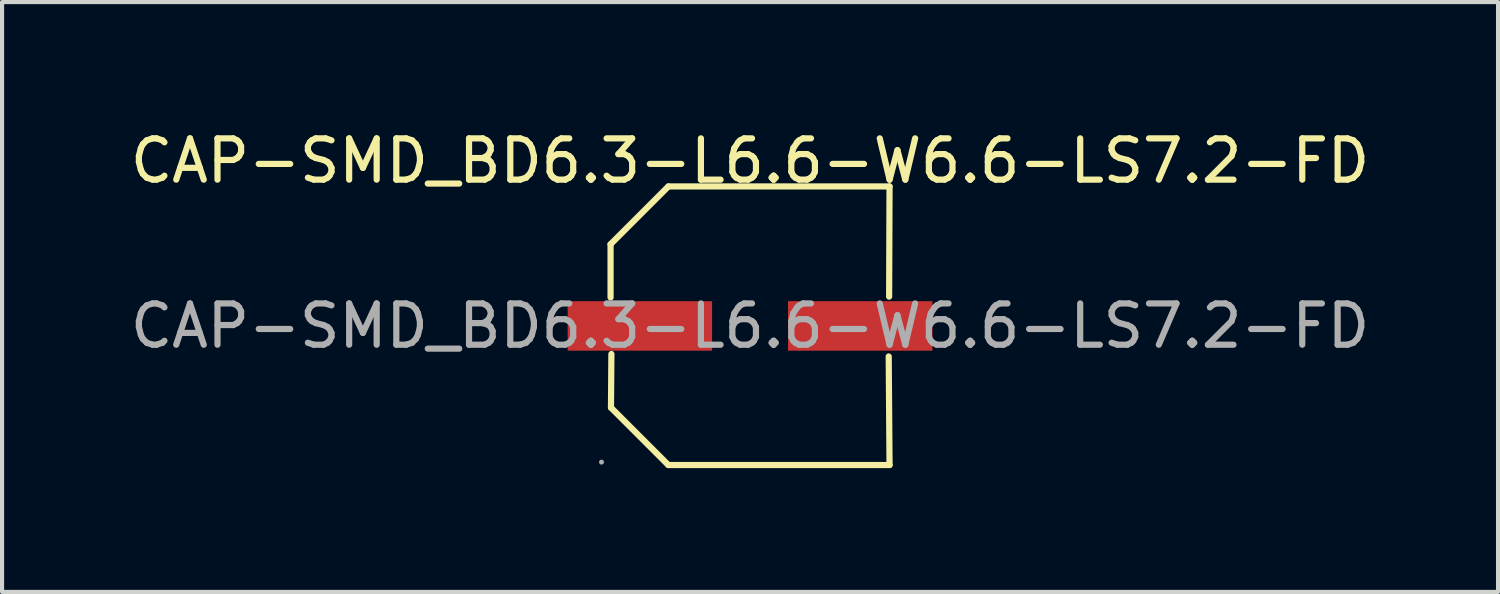
<source format=kicad_pcb>
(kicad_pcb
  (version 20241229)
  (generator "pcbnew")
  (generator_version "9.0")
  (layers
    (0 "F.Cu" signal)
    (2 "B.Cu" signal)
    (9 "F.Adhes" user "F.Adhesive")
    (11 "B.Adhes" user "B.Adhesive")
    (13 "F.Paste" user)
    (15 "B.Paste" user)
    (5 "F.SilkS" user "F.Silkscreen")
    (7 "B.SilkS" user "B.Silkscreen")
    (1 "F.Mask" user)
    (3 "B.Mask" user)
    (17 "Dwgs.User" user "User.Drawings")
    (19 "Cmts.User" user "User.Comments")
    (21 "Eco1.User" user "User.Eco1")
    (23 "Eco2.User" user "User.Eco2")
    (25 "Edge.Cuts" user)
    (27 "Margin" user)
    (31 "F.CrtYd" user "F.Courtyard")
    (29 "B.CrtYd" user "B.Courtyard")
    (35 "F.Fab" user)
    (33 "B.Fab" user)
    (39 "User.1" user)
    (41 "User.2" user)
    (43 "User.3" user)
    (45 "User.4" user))
  (footprint "CAP-SMD_BD6.3-L6.6-W6.6-LS7.2-FD"
    (layer "F.Cu")
    (at 15.125 4.848)
    (property "Reference" "CAP-SMD_BD6.3-L6.6-W6.6-LS7.2-FD" (at 0 -4 0) (layer "F.SilkS") (effects (font (size 1 1) (thickness 0.15))))
    (attr smd)
    (fp_line (start -3.38 -1.98) (end -3.38 -0.69) (stroke (width 0.15) (type solid)) (layer "F.SilkS"))
    (fp_line (start -3.37 1.98) (end -3.36 0.68) (stroke (width 0.15) (type solid)) (layer "F.SilkS"))
    (fp_line (start -1.98 -3.38) (end -3.38 -1.98) (stroke (width 0.15) (type solid)) (layer "F.SilkS"))
    (fp_line (start -1.98 3.37) (end -3.37 1.98) (stroke (width 0.15) (type solid)) (layer "F.SilkS"))
    (fp_line (start 3.36 0.74) (end 3.38 3.37) (stroke (width 0.15) (type solid)) (layer "F.SilkS"))
    (fp_line (start 3.37 -0.71) (end 3.38 -3.38) (stroke (width 0.15) (type solid)) (layer "F.SilkS"))
    (fp_line (start 3.38 -3.38) (end -1.98 -3.38) (stroke (width 0.15) (type solid)) (layer "F.SilkS"))
    (fp_line (start 3.38 3.37) (end -1.98 3.37) (stroke (width 0.15) (type solid)) (layer "F.SilkS"))
    (fp_circle (center -3.6 3.3) (end -3.57 3.3) (stroke (width 0.06) (type solid)) (fill no) (layer "F.Fab"))
    (fp_text user "${REFERENCE}" (at 0 0 0) (layer "F.Fab") (effects (font (size 1 1) (thickness 0.15))))
    (pad "1" smd rect (at -2.67 0) (size 3.5 1.2) (layers "F.Cu" "F.Mask" "F.Paste"))
    (pad "2" smd rect (at 2.67 0) (size 3.5 1.2) (layers "F.Cu" "F.Mask" "F.Paste")))
  (gr_rect
    (start -3 -3)
    (end 33.25 11.293)
    (stroke (width 0.1) (type default))
    (fill no)
    (layer "Edge.Cuts")))
</source>
